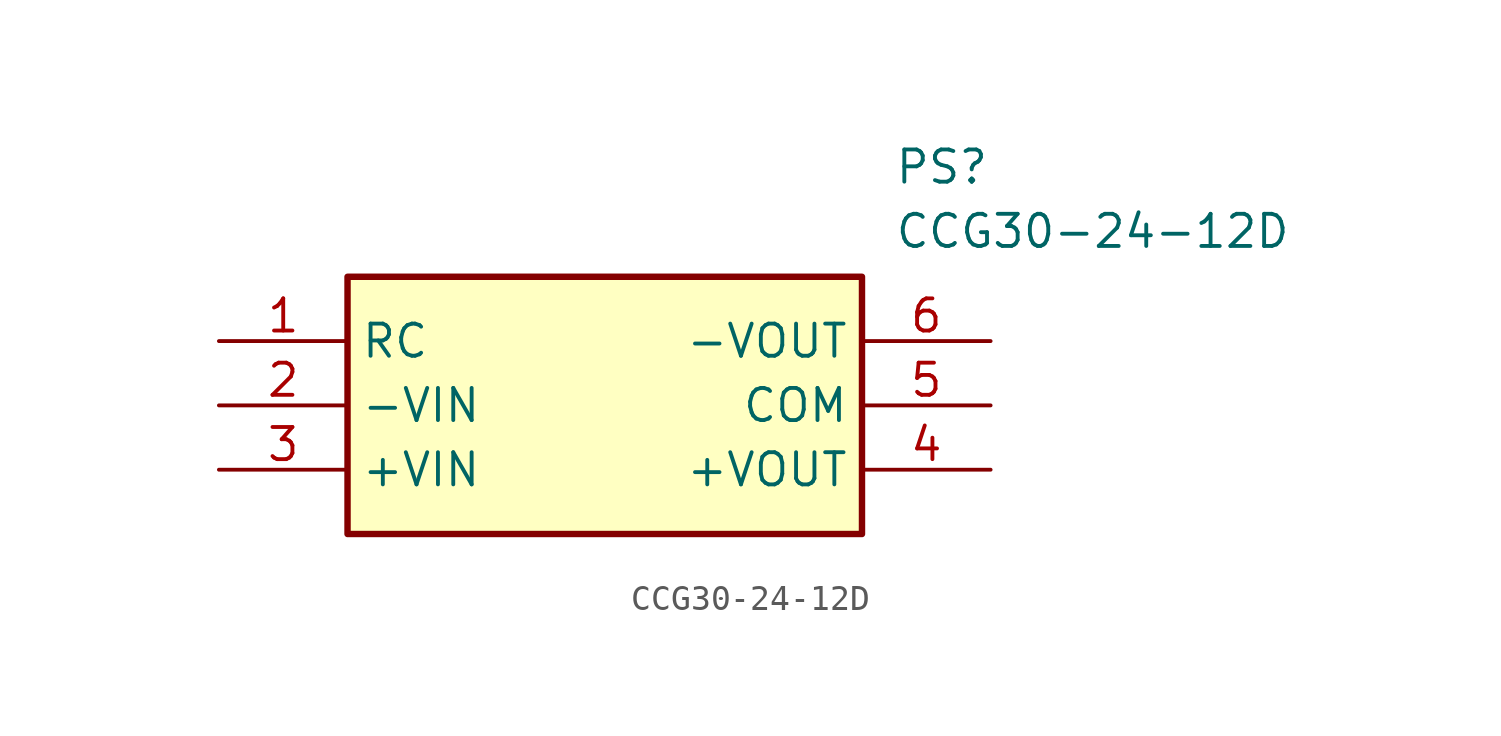
<source format=kicad_sym>
(kicad_symbol_lib
  (version 20211014)
  (generator SamacSys_ECAD_Model)
  (symbol "CCG30-24-12D"
    (property "Reference" "PS"
      (at 26.67 7.62 0)
      (effects (font (size 1.27 1.27)) (justify left top)))
    (property "Value" "CCG30-24-12D"
      (at 26.67 5.08 0)
      (effects (font (size 1.27 1.27)) (justify left top)))
    (rectangle
      (start 5.08 2.54)
      (end 25.4 -7.62)
      (stroke (width 0.254) (type default))
      (fill (type background)))
    (pin passive line
      (at 0 0 0)
      (length 5.08)
      (name "RC" (effects (font (size 1.27 1.27))))
      (number "1" (effects (font (size 1.27 1.27)))))
    (pin passive line
      (at 0 -2.54 0)
      (length 5.08)
      (name "-VIN" (effects (font (size 1.27 1.27))))
      (number "2" (effects (font (size 1.27 1.27)))))
    (pin passive line
      (at 0 -5.08 0)
      (length 5.08)
      (name "+VIN" (effects (font (size 1.27 1.27))))
      (number "3" (effects (font (size 1.27 1.27)))))
    (pin passive line
      (at 30.48 -5.08 180)
      (length 5.08)
      (name "+VOUT" (effects (font (size 1.27 1.27))))
      (number "4" (effects (font (size 1.27 1.27)))))
    (pin passive line
      (at 30.48 -2.54 180)
      (length 5.08)
      (name "COM" (effects (font (size 1.27 1.27))))
      (number "5" (effects (font (size 1.27 1.27)))))
    (pin passive line
      (at 30.48 0 180)
      (length 5.08)
      (name "-VOUT" (effects (font (size 1.27 1.27))))
      (number "6" (effects (font (size 1.27 1.27)))))))
</source>
